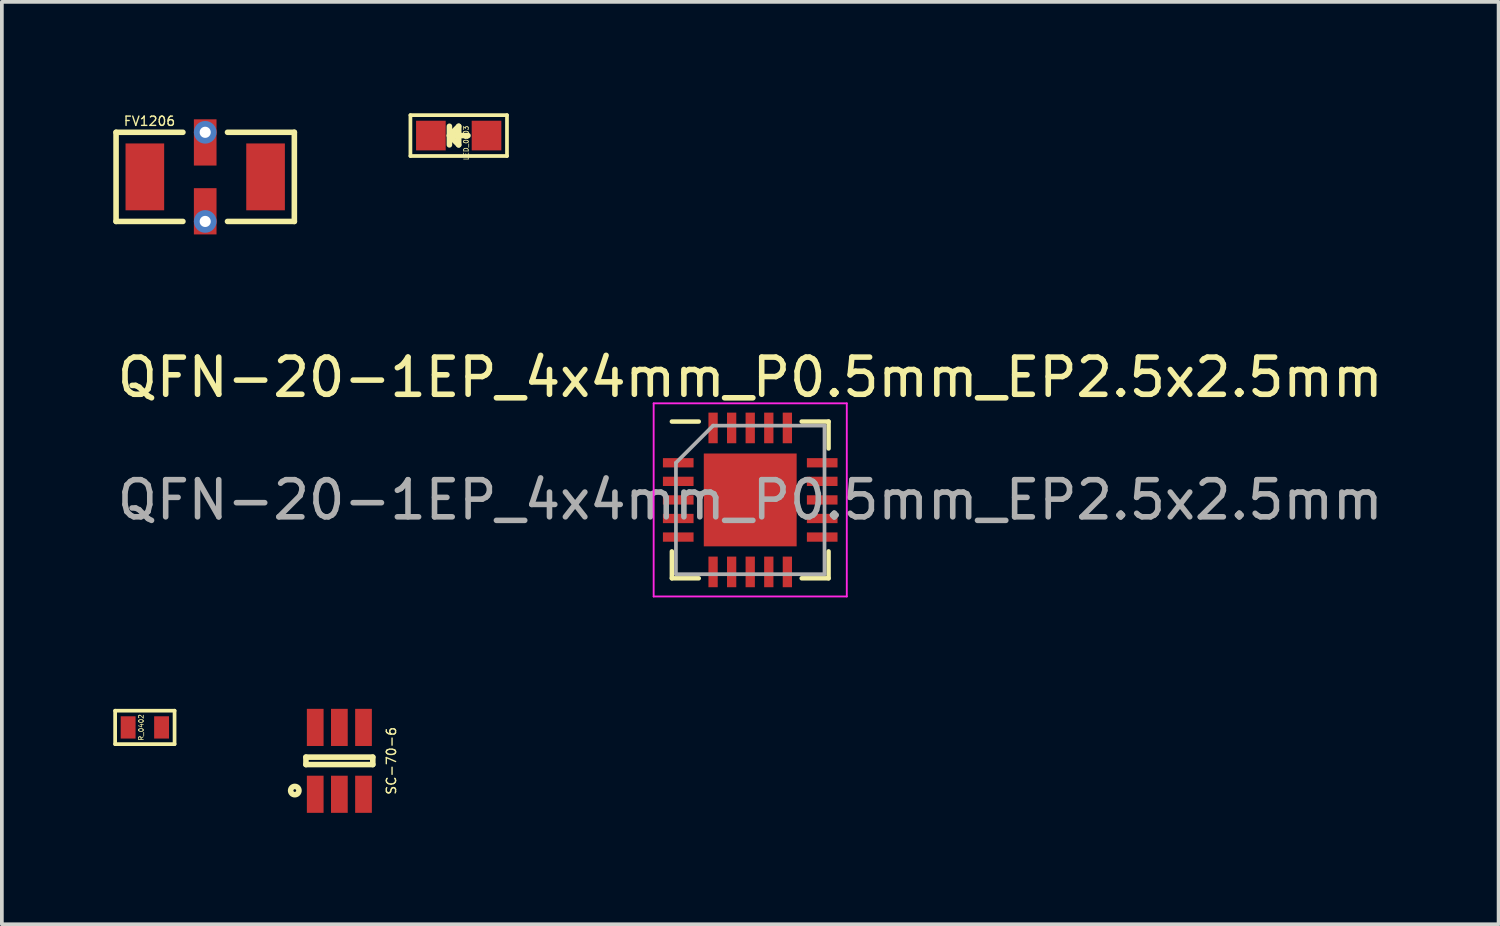
<source format=kicad_pcb>
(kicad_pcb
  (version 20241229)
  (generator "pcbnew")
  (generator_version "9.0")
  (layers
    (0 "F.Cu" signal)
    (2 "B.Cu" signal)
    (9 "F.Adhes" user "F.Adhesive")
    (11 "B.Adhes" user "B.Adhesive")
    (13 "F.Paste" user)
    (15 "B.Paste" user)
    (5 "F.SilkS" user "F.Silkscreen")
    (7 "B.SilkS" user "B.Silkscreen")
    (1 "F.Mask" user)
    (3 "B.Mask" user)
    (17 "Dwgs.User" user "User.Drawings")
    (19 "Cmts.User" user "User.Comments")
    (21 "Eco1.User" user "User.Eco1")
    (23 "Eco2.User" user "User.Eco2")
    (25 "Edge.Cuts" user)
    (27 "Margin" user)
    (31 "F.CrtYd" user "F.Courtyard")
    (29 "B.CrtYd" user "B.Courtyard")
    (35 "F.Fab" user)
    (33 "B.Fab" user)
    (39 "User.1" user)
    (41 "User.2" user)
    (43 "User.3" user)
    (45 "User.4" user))
  (footprint "SC-70-6"
    (layer "F.Cu")
    (at 6.087 17.435)
    (property "Reference" "SC-70-6" (at 1.4 0 90) (layer "F.SilkS") (effects (font (size 0.25 0.25) (thickness 0.037))))
    (attr through_hole)
    (fp_line (start -0.9 -0.1) (end 0.9 -0.1) (stroke (width 0.15) (type solid)) (layer "F.SilkS"))
    (fp_line (start -0.9 0.1) (end -0.9 -0.1) (stroke (width 0.15) (type solid)) (layer "F.SilkS"))
    (fp_line (start 0.9 -0.1) (end 0.9 0.1) (stroke (width 0.15) (type solid)) (layer "F.SilkS"))
    (fp_line (start 0.9 0.1) (end -0.9 0.1) (stroke (width 0.15) (type solid)) (layer "F.SilkS"))
    (fp_circle (center -1.2 0.8) (end -1.1 0.85) (stroke (width 0.15) (type solid)) (fill no) (layer "F.SilkS"))
    (pad "1" smd rect (at -0.65 0.9) (size 0.45 1) (layers "F.Cu" "F.Mask" "F.Paste"))
    (pad "2" smd rect (at 0 0.9) (size 0.45 1) (layers "F.Cu" "F.Mask" "F.Paste"))
    (pad "3" smd rect (at 0.65 0.9) (size 0.45 1) (layers "F.Cu" "F.Mask" "F.Paste"))
    (pad "4" smd rect (at 0.65 -0.9) (size 0.45 1) (layers "F.Cu" "F.Mask" "F.Paste"))
    (pad "5" smd rect (at 0 -0.9) (size 0.45 1) (layers "F.Cu" "F.Mask" "F.Paste"))
    (pad "6" smd rect (at -0.65 -0.9) (size 0.45 1) (layers "F.Cu" "F.Mask" "F.Paste")))
  (footprint "QFN-20-1EP_4x4mm_P0.5mm_EP2.5x2.5mm"
    (layer "F.Cu")
    (at 17.149 10.41)
    (property "Reference" "QFN-20-1EP_4x4mm_P0.5mm_EP2.5x2.5mm" (at 0 -3.3 0) (layer "F.SilkS") (effects (font (size 1 1) (thickness 0.15))))
    (attr smd)
    (fp_line (start -2.11 2.11) (end -2.11 1.385) (stroke (width 0.12) (type solid)) (layer "F.SilkS"))
    (fp_line (start -1.385 -2.11) (end -2.11 -2.11) (stroke (width 0.12) (type solid)) (layer "F.SilkS"))
    (fp_line (start -1.385 2.11) (end -2.11 2.11) (stroke (width 0.12) (type solid)) (layer "F.SilkS"))
    (fp_line (start 1.385 -2.11) (end 2.11 -2.11) (stroke (width 0.12) (type solid)) (layer "F.SilkS"))
    (fp_line (start 1.385 2.11) (end 2.11 2.11) (stroke (width 0.12) (type solid)) (layer "F.SilkS"))
    (fp_line (start 2.11 -2.11) (end 2.11 -1.385) (stroke (width 0.12) (type solid)) (layer "F.SilkS"))
    (fp_line (start 2.11 2.11) (end 2.11 1.385) (stroke (width 0.12) (type solid)) (layer "F.SilkS"))
    (fp_line (start -2.6 -2.6) (end -2.6 2.6) (stroke (width 0.05) (type solid)) (layer "F.CrtYd"))
    (fp_line (start -2.6 2.6) (end 2.6 2.6) (stroke (width 0.05) (type solid)) (layer "F.CrtYd"))
    (fp_line (start 2.6 -2.6) (end -2.6 -2.6) (stroke (width 0.05) (type solid)) (layer "F.CrtYd"))
    (fp_line (start 2.6 2.6) (end 2.6 -2.6) (stroke (width 0.05) (type solid)) (layer "F.CrtYd"))
    (fp_line (start -2 -1) (end -1 -2) (stroke (width 0.1) (type solid)) (layer "F.Fab"))
    (fp_line (start -2 2) (end -2 -1) (stroke (width 0.1) (type solid)) (layer "F.Fab"))
    (fp_line (start -1 -2) (end 2 -2) (stroke (width 0.1) (type solid)) (layer "F.Fab"))
    (fp_line (start 2 -2) (end 2 2) (stroke (width 0.1) (type solid)) (layer "F.Fab"))
    (fp_line (start 2 2) (end -2 2) (stroke (width 0.1) (type solid)) (layer "F.Fab"))
    (fp_text user "${REFERENCE}" (at 0 0 0) (layer "F.Fab") (effects (font (size 1 1) (thickness 0.15))))
    (pad "" smd rect (at -0.625 -0.625) (size 1.01 1.01) (layers "F.Paste"))
    (pad "" smd rect (at -0.625 0.625) (size 1.01 1.01) (layers "F.Paste"))
    (pad "" smd rect (at 0.625 -0.625) (size 1.01 1.01) (layers "F.Paste"))
    (pad "" smd rect (at 0.625 0.625) (size 1.01 1.01) (layers "F.Paste"))
    (pad "1" smd rect (at -1.938 -1) (size 0.825 0.25) (layers "F.Cu" "F.Mask" "F.Paste"))
    (pad "2" smd rect (at -1.938 -0.5) (size 0.825 0.25) (layers "F.Cu" "F.Mask" "F.Paste"))
    (pad "3" smd rect (at -1.938 0) (size 0.825 0.25) (layers "F.Cu" "F.Mask" "F.Paste"))
    (pad "4" smd rect (at -1.938 0.5) (size 0.825 0.25) (layers "F.Cu" "F.Mask" "F.Paste"))
    (pad "5" smd rect (at -1.938 1) (size 0.825 0.25) (layers "F.Cu" "F.Mask" "F.Paste"))
    (pad "6" smd rect (at -1 1.938) (size 0.25 0.825) (layers "F.Cu" "F.Mask" "F.Paste"))
    (pad "7" smd rect (at -0.5 1.938) (size 0.25 0.825) (layers "F.Cu" "F.Mask" "F.Paste"))
    (pad "8" smd rect (at 0 1.938) (size 0.25 0.825) (layers "F.Cu" "F.Mask" "F.Paste"))
    (pad "9" smd rect (at 0.5 1.938) (size 0.25 0.825) (layers "F.Cu" "F.Mask" "F.Paste"))
    (pad "10" smd rect (at 1 1.938) (size 0.25 0.825) (layers "F.Cu" "F.Mask" "F.Paste"))
    (pad "11" smd rect (at 1.938 1) (size 0.825 0.25) (layers "F.Cu" "F.Mask" "F.Paste"))
    (pad "12" smd rect (at 1.938 0.5) (size 0.825 0.25) (layers "F.Cu" "F.Mask" "F.Paste"))
    (pad "13" smd rect (at 1.938 0) (size 0.825 0.25) (layers "F.Cu" "F.Mask" "F.Paste"))
    (pad "14" smd rect (at 1.938 -0.5) (size 0.825 0.25) (layers "F.Cu" "F.Mask" "F.Paste"))
    (pad "15" smd rect (at 1.938 -1) (size 0.825 0.25) (layers "F.Cu" "F.Mask" "F.Paste"))
    (pad "16" smd rect (at 1 -1.938) (size 0.25 0.825) (layers "F.Cu" "F.Mask" "F.Paste"))
    (pad "17" smd rect (at 0.5 -1.938) (size 0.25 0.825) (layers "F.Cu" "F.Mask" "F.Paste"))
    (pad "18" smd rect (at 0 -1.938) (size 0.25 0.825) (layers "F.Cu" "F.Mask" "F.Paste"))
    (pad "19" smd rect (at -0.5 -1.938) (size 0.25 0.825) (layers "F.Cu" "F.Mask" "F.Paste"))
    (pad "20" smd rect (at -1 -1.938) (size 0.25 0.825) (layers "F.Cu" "F.Mask" "F.Paste"))
    (pad "21" smd rect (at 0 0) (size 2.5 2.5) (layers "F.Cu" "F.Mask")))
  (footprint "LED_0603"
    (layer "F.Cu")
    (at 9.3 0.6)
    (property "Reference" "LED_0603" (at 0.2 0.2 90) (layer "F.SilkS") (effects (font (size 0.127 0.127) (thickness 0.019))))
    (attr smd)
    (fp_line (start -1.3 -0.55) (end 1.3 -0.55) (stroke (width 0.1) (type solid)) (layer "F.SilkS"))
    (fp_line (start -1.3 0.55) (end -1.3 -0.55) (stroke (width 0.1) (type solid)) (layer "F.SilkS"))
    (fp_line (start -0.25 -0.25) (end -0.25 0.25) (stroke (width 0.15) (type solid)) (layer "F.SilkS"))
    (fp_line (start -0.25 0) (end 0 -0.25) (stroke (width 0.15) (type solid)) (layer "F.SilkS"))
    (fp_line (start -0.2 0) (end 0.25 0) (stroke (width 0.15) (type solid)) (layer "F.SilkS"))
    (fp_line (start 0 -0.25) (end 0 0.25) (stroke (width 0.15) (type solid)) (layer "F.SilkS"))
    (fp_line (start 0 0.25) (end -0.25 0) (stroke (width 0.15) (type solid)) (layer "F.SilkS"))
    (fp_line (start 1.3 -0.55) (end 1.3 0.55) (stroke (width 0.1) (type solid)) (layer "F.SilkS"))
    (fp_line (start 1.3 0.55) (end -1.3 0.55) (stroke (width 0.1) (type solid)) (layer "F.SilkS"))
    (pad "1" smd rect (at -0.749 0 180) (size 0.798 0.798) (layers "F.Cu" "F.Mask" "F.Paste"))
    (pad "2" smd rect (at 0.749 0 180) (size 0.798 0.798) (layers "F.Cu" "F.Mask" "F.Paste")))
  (footprint "FV1206"
    (layer "F.Cu")
    (at 2.475 1.712)
    (property "Reference" "FV1206" (at -1.5 -1.5 0) (layer "F.SilkS") (effects (font (size 0.25 0.25) (thickness 0.037))))
    (attr through_hole)
    (fp_line (start -2.4 -1.2) (end -2.4 1.2) (stroke (width 0.15) (type solid)) (layer "F.SilkS"))
    (fp_line (start -2.4 -1.2) (end -0.6 -1.2) (stroke (width 0.15) (type solid)) (layer "F.SilkS"))
    (fp_line (start -2.4 1.2) (end -0.6 1.2) (stroke (width 0.15) (type solid)) (layer "F.SilkS"))
    (fp_line (start 2.4 -1.2) (end 0.6 -1.2) (stroke (width 0.15) (type solid)) (layer "F.SilkS"))
    (fp_line (start 2.4 1.2) (end 0.6 1.2) (stroke (width 0.15) (type solid)) (layer "F.SilkS"))
    (fp_line (start 2.4 1.2) (end 2.4 -1.2) (stroke (width 0.15) (type solid)) (layer "F.SilkS"))
    (pad "1" smd rect (at -1.625 0) (size 1.04 1.8) (layers "F.Cu" "F.Mask" "F.Paste"))
    (pad "2" smd rect (at 1.625 0) (size 1.04 1.8) (layers "F.Cu" "F.Mask" "F.Paste"))
    (pad "3" thru_hole circle (at 0 -1.2) (size 0.61 0.61) (drill 0.3) (layers "*.Cu"))
    (pad "3" smd rect (at 0 -0.927) (size 0.61 1.245) (layers "F.Cu" "F.Mask" "F.Paste"))
    (pad "3" smd rect (at 0 0.927) (size 0.61 1.245) (layers "F.Cu" "F.Mask" "F.Paste"))
    (pad "3" thru_hole circle (at 0 1.2) (size 0.61 0.61) (drill 0.3) (layers "*.Cu")))
  (footprint "R_0402"
    (layer "F.Cu")
    (at 0.85 16.535)
    (property "Reference" "R_0402" (at -0.1 0 90) (layer "F.SilkS") (effects (font (size 0.127 0.127) (thickness 0.019))))
    (attr smd)
    (fp_line (start -0.8 -0.45) (end 0.8 -0.45) (stroke (width 0.1) (type solid)) (layer "F.SilkS"))
    (fp_line (start -0.8 0.45) (end -0.8 -0.45) (stroke (width 0.1) (type solid)) (layer "F.SilkS"))
    (fp_line (start 0.8 -0.45) (end 0.8 0.45) (stroke (width 0.1) (type solid)) (layer "F.SilkS"))
    (fp_line (start 0.8 0.45) (end -0.8 0.45) (stroke (width 0.1) (type solid)) (layer "F.SilkS"))
    (pad "1" smd rect (at -0.45 0) (size 0.4 0.6) (layers "F.Cu" "F.Mask" "F.Paste"))
    (pad "2" smd rect (at 0.45 0) (size 0.4 0.6) (layers "F.Cu" "F.Mask" "F.Paste")))
  (gr_rect
    (start -3 -3)
    (end 37.298 21.835)
    (stroke (width 0.1) (type default))
    (fill no)
    (layer "Edge.Cuts")))
</source>
